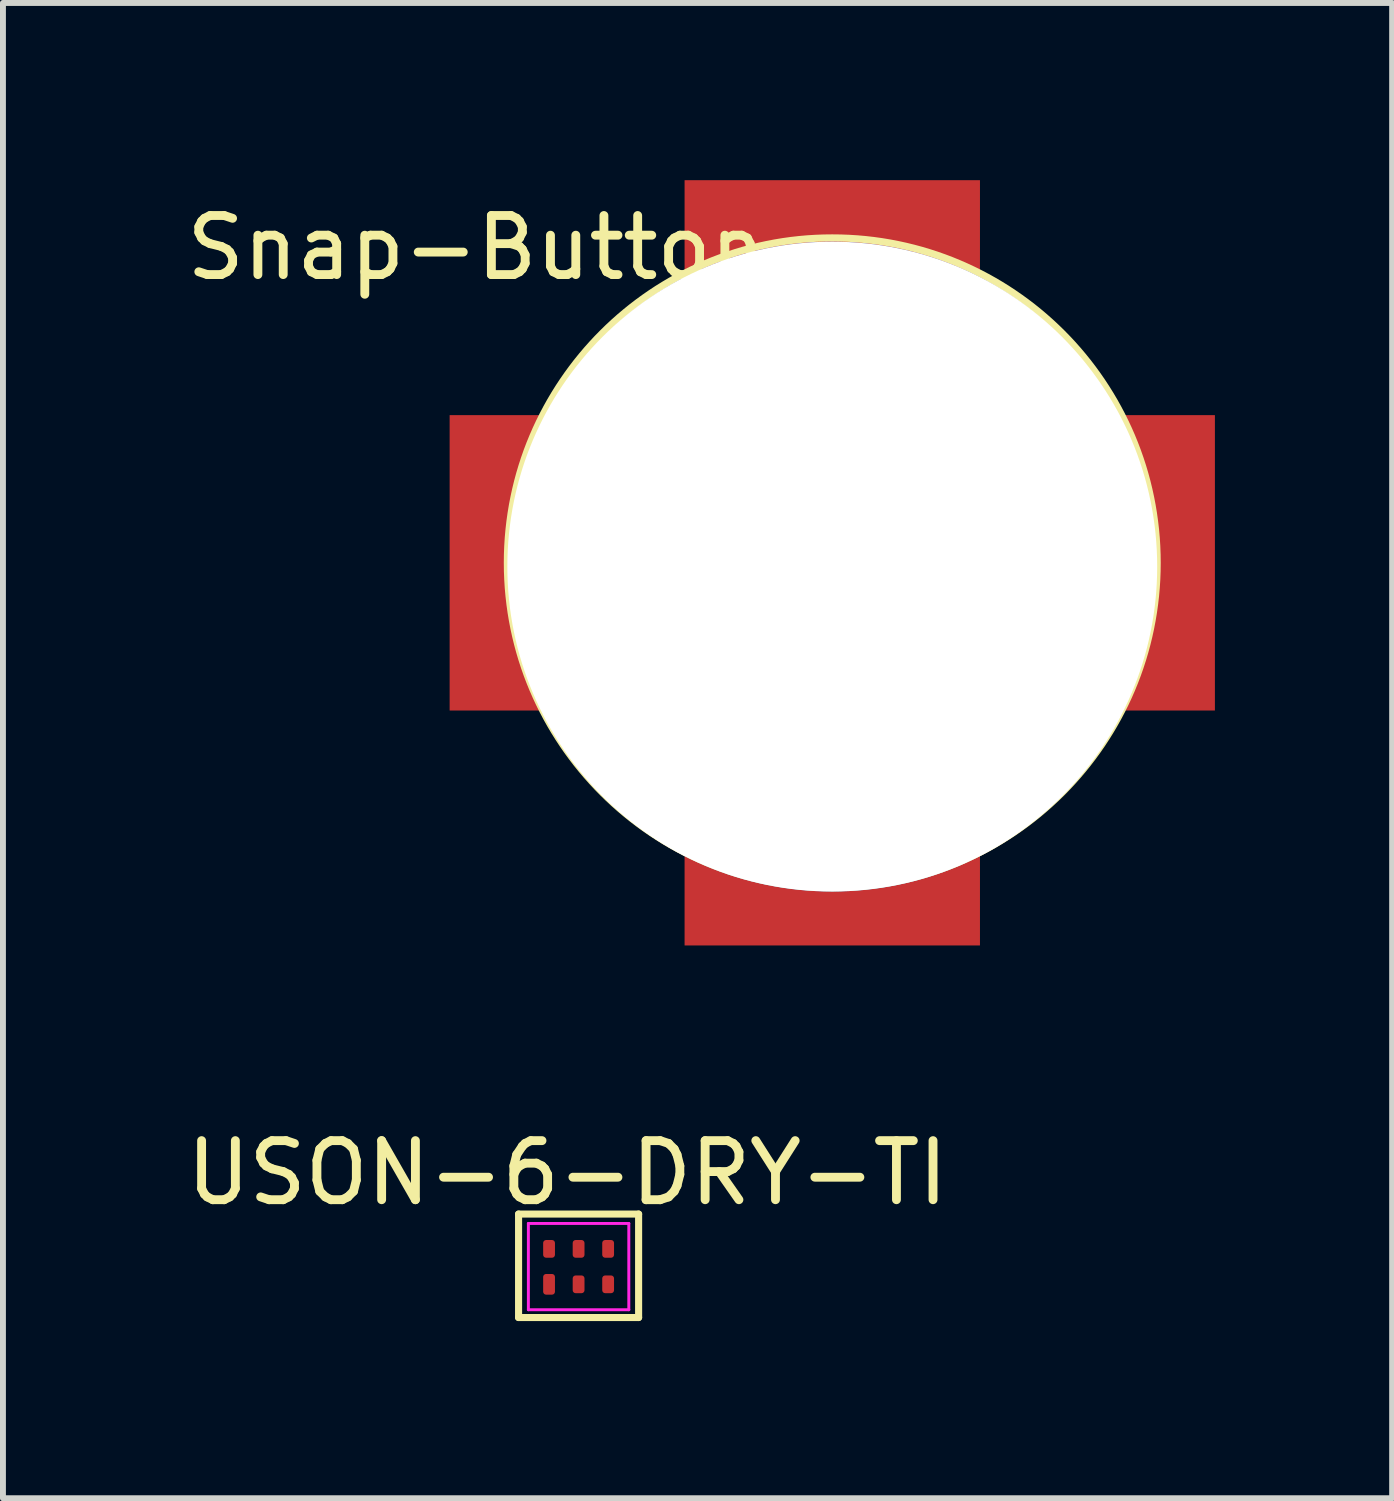
<source format=kicad_pcb>
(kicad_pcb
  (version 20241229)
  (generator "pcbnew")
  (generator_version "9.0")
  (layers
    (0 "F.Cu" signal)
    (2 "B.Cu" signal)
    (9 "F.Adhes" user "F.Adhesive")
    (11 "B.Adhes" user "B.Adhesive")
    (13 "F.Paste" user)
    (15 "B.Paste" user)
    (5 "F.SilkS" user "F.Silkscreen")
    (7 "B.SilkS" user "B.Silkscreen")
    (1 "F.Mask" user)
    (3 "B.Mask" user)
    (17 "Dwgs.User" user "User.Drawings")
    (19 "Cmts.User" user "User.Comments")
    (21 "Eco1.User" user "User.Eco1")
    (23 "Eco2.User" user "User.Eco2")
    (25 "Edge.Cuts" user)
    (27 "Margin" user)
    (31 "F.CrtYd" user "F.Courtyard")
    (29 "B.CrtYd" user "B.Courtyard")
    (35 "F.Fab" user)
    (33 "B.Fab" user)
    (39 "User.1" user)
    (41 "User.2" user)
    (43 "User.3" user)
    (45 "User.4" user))
  (footprint "Snap-Button"
    (layer "F.Cu")
    (at 11.038 6.477)
    (property "Reference" "Snap-Button" (at -6.032 -5.334 0) (layer "F.SilkS") (effects (font (size 1 1) (thickness 0.15))))
    (attr through_hole)
    (fp_circle (center 0 0) (end 5.5 0) (stroke (width 0.12) (type solid)) (fill no) (layer "F.SilkS"))
    (pad "1" smd rect (at 0 -5.715) (size 5 1.524) (layers "F.Cu" "F.Mask" "F.Paste"))
    (pad "2" smd rect (at 5.715 0 90) (size 5 1.524) (layers "F.Cu" "F.Mask" "F.Paste"))
    (pad "3" smd rect (at 0 5.715) (size 5 1.524) (layers "F.Cu" "F.Mask" "F.Paste"))
    (pad "4" smd rect (at -5.715 0 90) (size 5 1.524) (layers "F.Cu" "F.Mask" "F.Paste"))
    (pad "5" thru_hole circle (at 0 0.064) (size 11 11) (drill 11) (layers "*.Cu" "*.Mask")))
  (footprint "USON-6-DRY-TI"
    (layer "F.Cu")
    (at 6.744 18.39)
    (property "Reference" "USON-6-DRY-TI" (at -0.191 -1.587 180) (layer "F.SilkS") (effects (font (size 1 1) (thickness 0.15))))
    (attr smd)
    (fp_line (start -1.016 -0.889) (end -1.016 0.862) (stroke (width 0.12) (type solid)) (layer "F.SilkS"))
    (fp_line (start -1.016 0.862) (end 1.016 0.862) (stroke (width 0.12) (type solid)) (layer "F.SilkS"))
    (fp_line (start 1.016 -0.889) (end -1.016 -0.889) (stroke (width 0.12) (type solid)) (layer "F.SilkS"))
    (fp_line (start 1.016 0.862) (end 1.016 -0.889) (stroke (width 0.12) (type solid)) (layer "F.SilkS"))
    (fp_line (start -0.85 -0.73) (end 0.85 -0.73) (stroke (width 0.05) (type solid)) (layer "F.CrtYd"))
    (fp_line (start -0.85 0.73) (end -0.85 -0.73) (stroke (width 0.05) (type solid)) (layer "F.CrtYd"))
    (fp_line (start 0.85 -0.73) (end 0.85 0.73) (stroke (width 0.05) (type solid)) (layer "F.CrtYd"))
    (fp_line (start 0.85 0.73) (end -0.85 0.73) (stroke (width 0.05) (type solid)) (layer "F.CrtYd"))
    (pad "1" smd roundrect (at -0.5 0.3) (size 0.2 0.35) (layers "F.Cu" "F.Mask" "F.Paste") (roundrect_rratio 0.25))
    (pad "2" smd roundrect (at 0 0.3) (size 0.2 0.3) (layers "F.Cu" "F.Mask" "F.Paste") (roundrect_rratio 0.25))
    (pad "3" smd roundrect (at 0.5 0.3) (size 0.2 0.3) (layers "F.Cu" "F.Mask" "F.Paste") (roundrect_rratio 0.25))
    (pad "4" smd roundrect (at 0.5 -0.3) (size 0.2 0.3) (layers "F.Cu" "F.Mask" "F.Paste") (roundrect_rratio 0.25))
    (pad "5" smd roundrect (at 0 -0.3) (size 0.2 0.3) (layers "F.Cu" "F.Mask" "F.Paste") (roundrect_rratio 0.25))
    (pad "6" smd roundrect (at -0.5 -0.3) (size 0.2 0.3) (layers "F.Cu" "F.Mask" "F.Paste") (roundrect_rratio 0.25)))
  (gr_rect
    (start -3 -3)
    (end 20.515 22.311)
    (stroke (width 0.1) (type default))
    (fill no)
    (layer "Edge.Cuts")))
</source>
